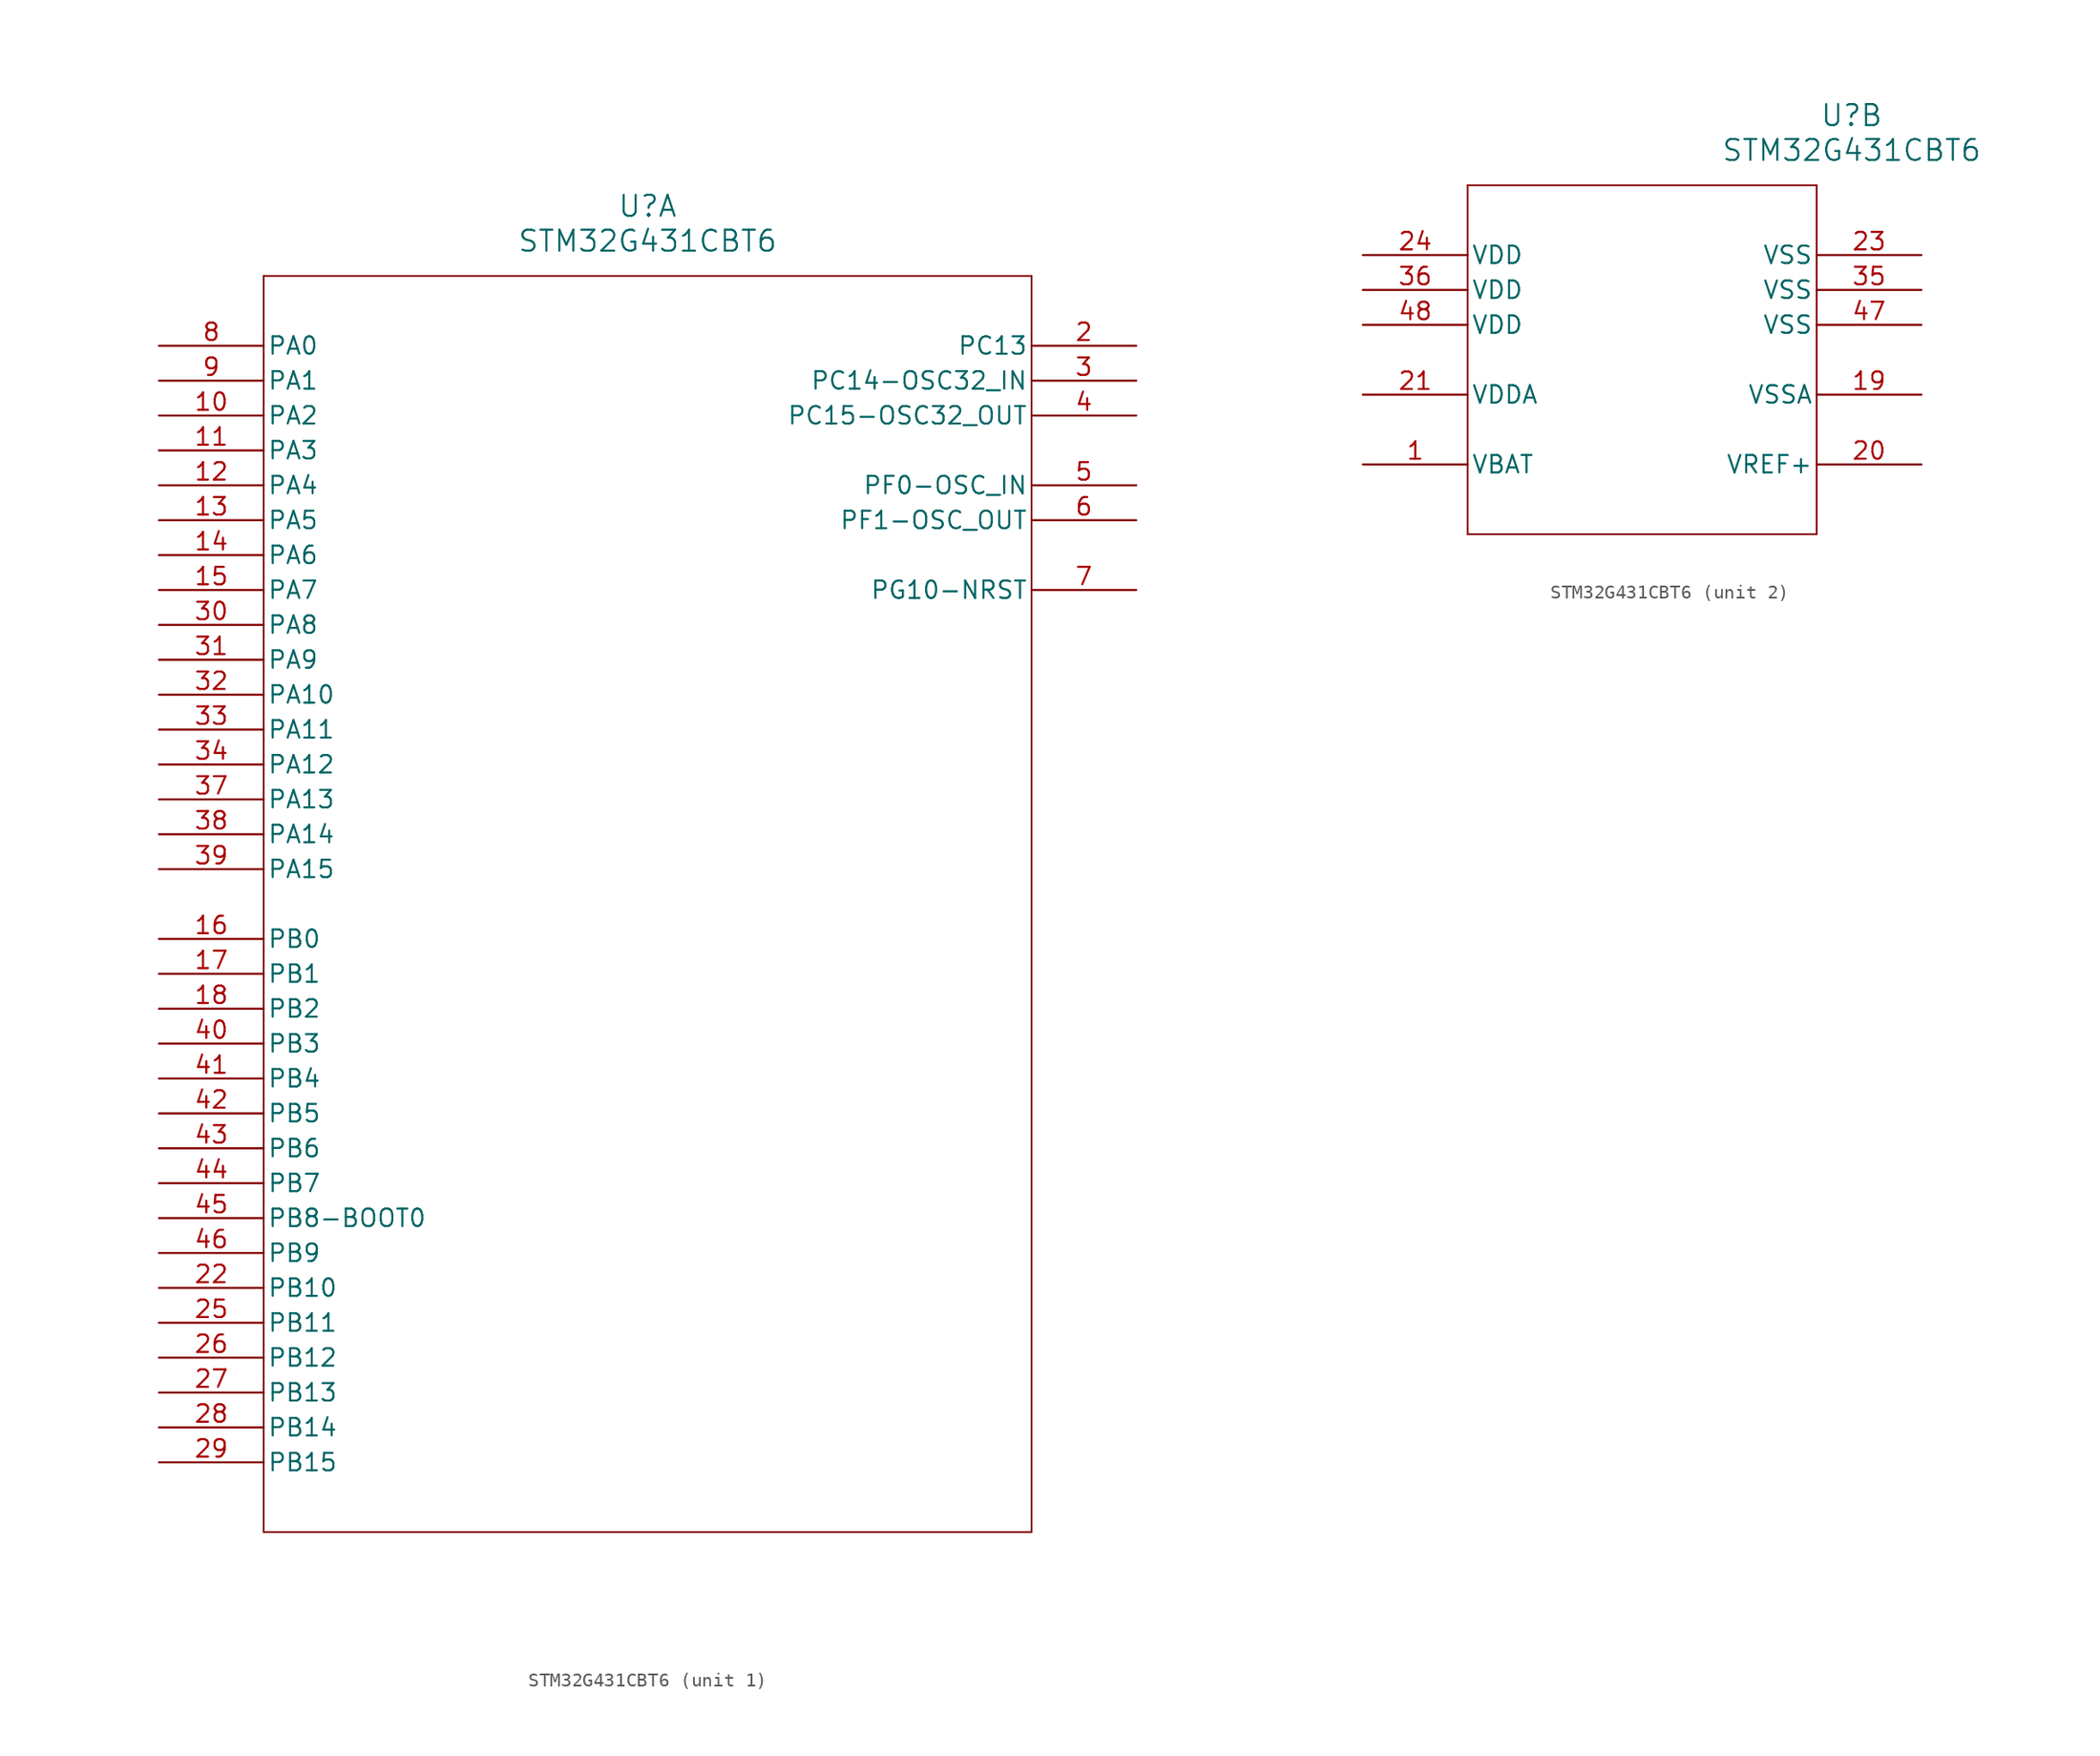
<source format=kicad_sym>
(kicad_symbol_lib
  (version 20211014)
  (generator kicad_symbol_editor)
  (symbol "STM32G431CBT6"
    (pin_names
      (offset 0.254))
    (property "Reference" "U"
      (at 35.56 10.16 0)
      (effects (font (size 1.524 1.524))))
    (property "Value" "STM32G431CBT6"
      (at 35.56 7.62 0)
      (effects (font (size 1.524 1.524))))
    (symbol "STM32G431CBT6_1_1"
      (polyline (pts (xy 7.62 5.08) (xy 7.62 -86.36)) (stroke (width 0.127) (type default) (color 0 0 0 0)) (fill (type none)))
      (polyline (pts (xy 7.62 -86.36) (xy 63.5 -86.36)) (stroke (width 0.127) (type default) (color 0 0 0 0)) (fill (type none)))
      (polyline (pts (xy 63.5 -86.36) (xy 63.5 5.08)) (stroke (width 0.127) (type default) (color 0 0 0 0)) (fill (type none)))
      (polyline (pts (xy 63.5 5.08) (xy 7.62 5.08)) (stroke (width 0.127) (type default) (color 0 0 0 0)) (fill (type none)))
      (pin bidirectional line (at 71.12 0 180) (length 7.62) (name "PC13" (effects (font (size 1.27 1.27)))) (number "2" (effects (font (size 1.27 1.27)))))
      (pin bidirectional line (at 71.12 -2.54 180) (length 7.62) (name "PC14-OSC32_IN" (effects (font (size 1.27 1.27)))) (number "3" (effects (font (size 1.27 1.27)))))
      (pin bidirectional line (at 71.12 -5.08 180) (length 7.62) (name "PC15-OSC32_OUT" (effects (font (size 1.27 1.27)))) (number "4" (effects (font (size 1.27 1.27)))))
      (pin bidirectional line (at 71.12 -10.16 180) (length 7.62) (name "PF0-OSC_IN" (effects (font (size 1.27 1.27)))) (number "5" (effects (font (size 1.27 1.27)))))
      (pin bidirectional line (at 71.12 -12.7 180) (length 7.62) (name "PF1-OSC_OUT" (effects (font (size 1.27 1.27)))) (number "6" (effects (font (size 1.27 1.27)))))
      (pin bidirectional line (at 71.12 -17.78 180) (length 7.62) (name "PG10-NRST" (effects (font (size 1.27 1.27)))) (number "7" (effects (font (size 1.27 1.27)))))
      (pin bidirectional line (at 0 0 0) (length 7.62) (name "PA0" (effects (font (size 1.27 1.27)))) (number "8" (effects (font (size 1.27 1.27)))))
      (pin bidirectional line (at 0 -2.54 0) (length 7.62) (name "PA1" (effects (font (size 1.27 1.27)))) (number "9" (effects (font (size 1.27 1.27)))))
      (pin bidirectional line (at 0 -5.08 0) (length 7.62) (name "PA2" (effects (font (size 1.27 1.27)))) (number "10" (effects (font (size 1.27 1.27)))))
      (pin bidirectional line (at 0 -7.62 0) (length 7.62) (name "PA3" (effects (font (size 1.27 1.27)))) (number "11" (effects (font (size 1.27 1.27)))))
      (pin bidirectional line (at 0 -10.16 0) (length 7.62) (name "PA4" (effects (font (size 1.27 1.27)))) (number "12" (effects (font (size 1.27 1.27)))))
      (pin bidirectional line (at 0 -12.7 0) (length 7.62) (name "PA5" (effects (font (size 1.27 1.27)))) (number "13" (effects (font (size 1.27 1.27)))))
      (pin bidirectional line (at 0 -15.24 0) (length 7.62) (name "PA6" (effects (font (size 1.27 1.27)))) (number "14" (effects (font (size 1.27 1.27)))))
      (pin bidirectional line (at 0 -17.78 0) (length 7.62) (name "PA7" (effects (font (size 1.27 1.27)))) (number "15" (effects (font (size 1.27 1.27)))))
      (pin bidirectional line (at 0 -43.18 0) (length 7.62) (name "PB0" (effects (font (size 1.27 1.27)))) (number "16" (effects (font (size 1.27 1.27)))))
      (pin bidirectional line (at 0 -45.72 0) (length 7.62) (name "PB1" (effects (font (size 1.27 1.27)))) (number "17" (effects (font (size 1.27 1.27)))))
      (pin bidirectional line (at 0 -48.26 0) (length 7.62) (name "PB2" (effects (font (size 1.27 1.27)))) (number "18" (effects (font (size 1.27 1.27)))))
      (pin bidirectional line (at 0 -68.58 0) (length 7.62) (name "PB10" (effects (font (size 1.27 1.27)))) (number "22" (effects (font (size 1.27 1.27)))))
      (pin bidirectional line (at 0 -71.12 0) (length 7.62) (name "PB11" (effects (font (size 1.27 1.27)))) (number "25" (effects (font (size 1.27 1.27)))))
      (pin bidirectional line (at 0 -73.66 0) (length 7.62) (name "PB12" (effects (font (size 1.27 1.27)))) (number "26" (effects (font (size 1.27 1.27)))))
      (pin bidirectional line (at 0 -76.2 0) (length 7.62) (name "PB13" (effects (font (size 1.27 1.27)))) (number "27" (effects (font (size 1.27 1.27)))))
      (pin bidirectional line (at 0 -78.74 0) (length 7.62) (name "PB14" (effects (font (size 1.27 1.27)))) (number "28" (effects (font (size 1.27 1.27)))))
      (pin bidirectional line (at 0 -81.28 0) (length 7.62) (name "PB15" (effects (font (size 1.27 1.27)))) (number "29" (effects (font (size 1.27 1.27)))))
      (pin bidirectional line (at 0 -20.32 0) (length 7.62) (name "PA8" (effects (font (size 1.27 1.27)))) (number "30" (effects (font (size 1.27 1.27)))))
      (pin bidirectional line (at 0 -22.86 0) (length 7.62) (name "PA9" (effects (font (size 1.27 1.27)))) (number "31" (effects (font (size 1.27 1.27)))))
      (pin bidirectional line (at 0 -25.4 0) (length 7.62) (name "PA10" (effects (font (size 1.27 1.27)))) (number "32" (effects (font (size 1.27 1.27)))))
      (pin bidirectional line (at 0 -27.94 0) (length 7.62) (name "PA11" (effects (font (size 1.27 1.27)))) (number "33" (effects (font (size 1.27 1.27)))))
      (pin bidirectional line (at 0 -30.48 0) (length 7.62) (name "PA12" (effects (font (size 1.27 1.27)))) (number "34" (effects (font (size 1.27 1.27)))))
      (pin bidirectional line (at 0 -33.02 0) (length 7.62) (name "PA13" (effects (font (size 1.27 1.27)))) (number "37" (effects (font (size 1.27 1.27)))))
      (pin bidirectional line (at 0 -35.56 0) (length 7.62) (name "PA14" (effects (font (size 1.27 1.27)))) (number "38" (effects (font (size 1.27 1.27)))))
      (pin bidirectional line (at 0 -38.1 0) (length 7.62) (name "PA15" (effects (font (size 1.27 1.27)))) (number "39" (effects (font (size 1.27 1.27)))))
      (pin bidirectional line (at 0 -50.8 0) (length 7.62) (name "PB3" (effects (font (size 1.27 1.27)))) (number "40" (effects (font (size 1.27 1.27)))))
      (pin bidirectional line (at 0 -53.34 0) (length 7.62) (name "PB4" (effects (font (size 1.27 1.27)))) (number "41" (effects (font (size 1.27 1.27)))))
      (pin bidirectional line (at 0 -55.88 0) (length 7.62) (name "PB5" (effects (font (size 1.27 1.27)))) (number "42" (effects (font (size 1.27 1.27)))))
      (pin bidirectional line (at 0 -58.42 0) (length 7.62) (name "PB6" (effects (font (size 1.27 1.27)))) (number "43" (effects (font (size 1.27 1.27)))))
      (pin bidirectional line (at 0 -60.96 0) (length 7.62) (name "PB7" (effects (font (size 1.27 1.27)))) (number "44" (effects (font (size 1.27 1.27)))))
      (pin bidirectional line (at 0 -63.5 0) (length 7.62) (name "PB8-BOOT0" (effects (font (size 1.27 1.27)))) (number "45" (effects (font (size 1.27 1.27)))))
      (pin bidirectional line (at 0 -66.04 0) (length 7.62) (name "PB9" (effects (font (size 1.27 1.27)))) (number "46" (effects (font (size 1.27 1.27))))))
    (symbol "STM32G431CBT6_2_1"
      (polyline (pts (xy 7.62 5.08) (xy 7.62 -20.32)) (stroke (width 0.127) (type default) (color 0 0 0 0)) (fill (type none)))
      (polyline (pts (xy 7.62 -20.32) (xy 33.02 -20.32)) (stroke (width 0.127) (type default) (color 0 0 0 0)) (fill (type none)))
      (polyline (pts (xy 33.02 -20.32) (xy 33.02 5.08)) (stroke (width 0.127) (type default) (color 0 0 0 0)) (fill (type none)))
      (polyline (pts (xy 33.02 5.08) (xy 7.62 5.08)) (stroke (width 0.127) (type default) (color 0 0 0 0)) (fill (type none)))
      (pin power_in line (at 0 -15.24 0) (length 7.62) (name "VBAT" (effects (font (size 1.27 1.27)))) (number "1" (effects (font (size 1.27 1.27)))))
      (pin power_in line (at 40.64 -10.16 180) (length 7.62) (name "VSSA" (effects (font (size 1.27 1.27)))) (number "19" (effects (font (size 1.27 1.27)))))
      (pin power_in line (at 40.64 -15.24 180) (length 7.62) (name "VREF+" (effects (font (size 1.27 1.27)))) (number "20" (effects (font (size 1.27 1.27)))))
      (pin power_in line (at 0 -10.16 0) (length 7.62) (name "VDDA" (effects (font (size 1.27 1.27)))) (number "21" (effects (font (size 1.27 1.27)))))
      (pin power_in line (at 40.64 0 180) (length 7.62) (name "VSS" (effects (font (size 1.27 1.27)))) (number "23" (effects (font (size 1.27 1.27)))))
      (pin power_in line (at 0 0 0) (length 7.62) (name "VDD" (effects (font (size 1.27 1.27)))) (number "24" (effects (font (size 1.27 1.27)))))
      (pin power_in line (at 40.64 -2.54 180) (length 7.62) (name "VSS" (effects (font (size 1.27 1.27)))) (number "35" (effects (font (size 1.27 1.27)))))
      (pin power_in line (at 0 -2.54 0) (length 7.62) (name "VDD" (effects (font (size 1.27 1.27)))) (number "36" (effects (font (size 1.27 1.27)))))
      (pin power_in line (at 40.64 -5.08 180) (length 7.62) (name "VSS" (effects (font (size 1.27 1.27)))) (number "47" (effects (font (size 1.27 1.27)))))
      (pin power_in line (at 0 -5.08 0) (length 7.62) (name "VDD" (effects (font (size 1.27 1.27)))) (number "48" (effects (font (size 1.27 1.27))))))))
</source>
